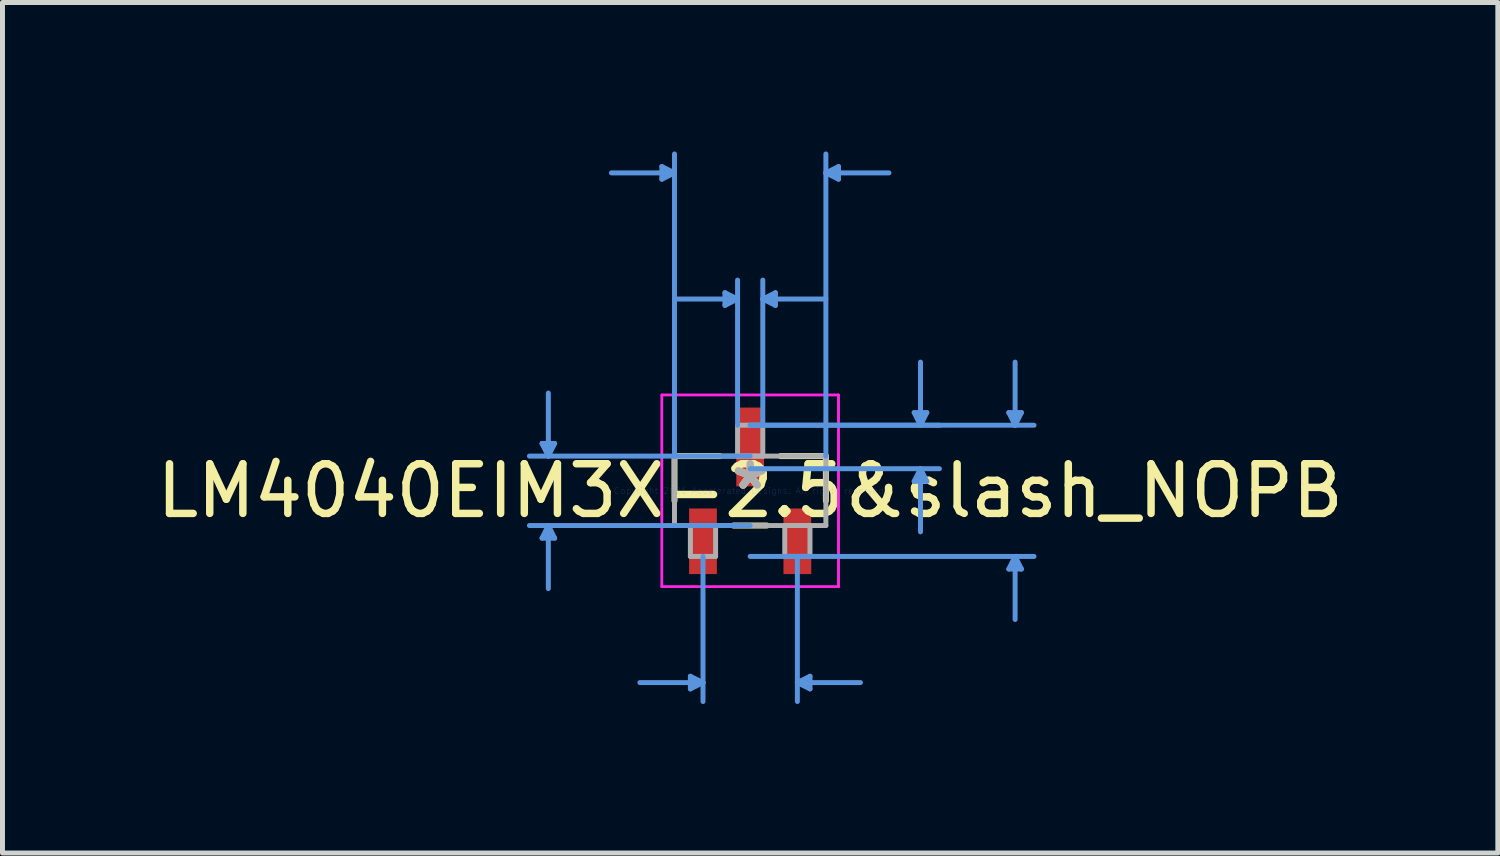
<source format=kicad_pcb>
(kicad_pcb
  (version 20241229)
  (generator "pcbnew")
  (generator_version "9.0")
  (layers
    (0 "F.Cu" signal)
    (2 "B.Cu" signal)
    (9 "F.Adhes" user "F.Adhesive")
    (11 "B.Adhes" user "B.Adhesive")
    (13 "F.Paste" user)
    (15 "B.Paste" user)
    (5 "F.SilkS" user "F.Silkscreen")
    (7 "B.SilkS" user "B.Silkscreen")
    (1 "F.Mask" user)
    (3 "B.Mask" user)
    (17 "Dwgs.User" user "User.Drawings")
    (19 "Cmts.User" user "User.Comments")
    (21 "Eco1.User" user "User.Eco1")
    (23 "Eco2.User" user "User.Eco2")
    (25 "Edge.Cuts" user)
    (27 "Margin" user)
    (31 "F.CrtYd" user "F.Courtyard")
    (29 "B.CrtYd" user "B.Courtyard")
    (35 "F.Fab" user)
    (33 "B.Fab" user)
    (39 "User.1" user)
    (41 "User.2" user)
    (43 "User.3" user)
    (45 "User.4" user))
  (footprint "LM4040EIM3X-2.5&slash_NOPB"
    (layer "F.Cu")
    (at 12.054 6.832)
    (property "Reference" "LM4040EIM3X-2.5&slash_NOPB" (at 0 0 0) (layer "F.SilkS") (effects (font (size 1 1) (thickness 0.15))))
    (attr through_hole)
    (fp_line (start -1.524 -0.699) (end -1.524 0.201) (stroke (width 0.12) (type solid)) (layer "F.SilkS"))
    (fp_line (start -0.612 -0.699) (end -1.524 -0.699) (stroke (width 0.12) (type solid)) (layer "F.SilkS"))
    (fp_line (start -0.338 0.699) (end 0.338 0.699) (stroke (width 0.12) (type solid)) (layer "F.SilkS"))
    (fp_line (start 1.524 -0.699) (end 0.612 -0.699) (stroke (width 0.12) (type solid)) (layer "F.SilkS"))
    (fp_line (start 1.524 0.201) (end 1.524 -0.699) (stroke (width 0.12) (type solid)) (layer "F.SilkS"))
    (fp_line (start -4.191 -0.953) (end -3.937 -0.953) (stroke (width 0.1) (type solid)) (layer "Cmts.User"))
    (fp_line (start -4.191 0.953) (end -3.937 0.953) (stroke (width 0.1) (type solid)) (layer "Cmts.User"))
    (fp_line (start -4.064 -0.699) (end -4.191 -0.953) (stroke (width 0.1) (type solid)) (layer "Cmts.User"))
    (fp_line (start -4.064 -0.699) (end -4.064 -1.968) (stroke (width 0.1) (type solid)) (layer "Cmts.User"))
    (fp_line (start -4.064 -0.699) (end -3.937 -0.953) (stroke (width 0.1) (type solid)) (layer "Cmts.User"))
    (fp_line (start -4.064 0.699) (end -4.191 0.953) (stroke (width 0.1) (type solid)) (layer "Cmts.User"))
    (fp_line (start -4.064 0.699) (end -4.064 1.968) (stroke (width 0.1) (type solid)) (layer "Cmts.User"))
    (fp_line (start -4.064 0.699) (end -3.937 0.953) (stroke (width 0.1) (type solid)) (layer "Cmts.User"))
    (fp_line (start -1.778 -6.528) (end -1.778 -6.274) (stroke (width 0.1) (type solid)) (layer "Cmts.User"))
    (fp_line (start -1.524 -6.401) (end -2.794 -6.401) (stroke (width 0.1) (type solid)) (layer "Cmts.User"))
    (fp_line (start -1.524 -6.401) (end -1.778 -6.528) (stroke (width 0.1) (type solid)) (layer "Cmts.User"))
    (fp_line (start -1.524 -6.401) (end -1.778 -6.274) (stroke (width 0.1) (type solid)) (layer "Cmts.User"))
    (fp_line (start -1.524 -0.699) (end -1.524 -6.782) (stroke (width 0.1) (type solid)) (layer "Cmts.User"))
    (fp_line (start -1.204 3.734) (end -1.204 3.988) (stroke (width 0.1) (type solid)) (layer "Cmts.User"))
    (fp_line (start -0.95 1.321) (end -0.95 4.242) (stroke (width 0.1) (type solid)) (layer "Cmts.User"))
    (fp_line (start -0.95 3.861) (end -2.22 3.861) (stroke (width 0.1) (type solid)) (layer "Cmts.User"))
    (fp_line (start -0.95 3.861) (end -1.204 3.734) (stroke (width 0.1) (type solid)) (layer "Cmts.User"))
    (fp_line (start -0.95 3.861) (end -1.204 3.988) (stroke (width 0.1) (type solid)) (layer "Cmts.User"))
    (fp_line (start -0.508 -3.988) (end -0.508 -3.734) (stroke (width 0.1) (type solid)) (layer "Cmts.User"))
    (fp_line (start -0.254 -3.861) (end -1.524 -3.861) (stroke (width 0.1) (type solid)) (layer "Cmts.User"))
    (fp_line (start -0.254 -3.861) (end -0.508 -3.988) (stroke (width 0.1) (type solid)) (layer "Cmts.User"))
    (fp_line (start -0.254 -3.861) (end -0.508 -3.734) (stroke (width 0.1) (type solid)) (layer "Cmts.User"))
    (fp_line (start -0.254 -1.321) (end -0.254 -4.242) (stroke (width 0.1) (type solid)) (layer "Cmts.User"))
    (fp_line (start 0 -1.321) (end 3.81 -1.321) (stroke (width 0.1) (type solid)) (layer "Cmts.User"))
    (fp_line (start 0 -1.321) (end 5.715 -1.321) (stroke (width 0.1) (type solid)) (layer "Cmts.User"))
    (fp_line (start 0 -0.699) (end -4.445 -0.699) (stroke (width 0.1) (type solid)) (layer "Cmts.User"))
    (fp_line (start 0 -0.445) (end 3.81 -0.445) (stroke (width 0.1) (type solid)) (layer "Cmts.User"))
    (fp_line (start 0 0.699) (end -4.445 0.699) (stroke (width 0.1) (type solid)) (layer "Cmts.User"))
    (fp_line (start 0 1.321) (end 5.715 1.321) (stroke (width 0.1) (type solid)) (layer "Cmts.User"))
    (fp_line (start 0.254 -3.861) (end 0.508 -3.988) (stroke (width 0.1) (type solid)) (layer "Cmts.User"))
    (fp_line (start 0.254 -3.861) (end 0.508 -3.734) (stroke (width 0.1) (type solid)) (layer "Cmts.User"))
    (fp_line (start 0.254 -3.861) (end 1.524 -3.861) (stroke (width 0.1) (type solid)) (layer "Cmts.User"))
    (fp_line (start 0.254 -1.321) (end 0.254 -4.242) (stroke (width 0.1) (type solid)) (layer "Cmts.User"))
    (fp_line (start 0.508 -3.988) (end 0.508 -3.734) (stroke (width 0.1) (type solid)) (layer "Cmts.User"))
    (fp_line (start 0.95 1.321) (end 0.95 4.242) (stroke (width 0.1) (type solid)) (layer "Cmts.User"))
    (fp_line (start 0.95 3.861) (end 1.204 3.734) (stroke (width 0.1) (type solid)) (layer "Cmts.User"))
    (fp_line (start 0.95 3.861) (end 1.204 3.988) (stroke (width 0.1) (type solid)) (layer "Cmts.User"))
    (fp_line (start 0.95 3.861) (end 2.22 3.861) (stroke (width 0.1) (type solid)) (layer "Cmts.User"))
    (fp_line (start 1.204 3.734) (end 1.204 3.988) (stroke (width 0.1) (type solid)) (layer "Cmts.User"))
    (fp_line (start 1.524 -6.401) (end 1.778 -6.528) (stroke (width 0.1) (type solid)) (layer "Cmts.User"))
    (fp_line (start 1.524 -6.401) (end 1.778 -6.274) (stroke (width 0.1) (type solid)) (layer "Cmts.User"))
    (fp_line (start 1.524 -6.401) (end 2.794 -6.401) (stroke (width 0.1) (type solid)) (layer "Cmts.User"))
    (fp_line (start 1.524 -0.699) (end 1.524 -6.782) (stroke (width 0.1) (type solid)) (layer "Cmts.User"))
    (fp_line (start 1.778 -6.528) (end 1.778 -6.274) (stroke (width 0.1) (type solid)) (layer "Cmts.User"))
    (fp_line (start 3.302 -1.575) (end 3.556 -1.575) (stroke (width 0.1) (type solid)) (layer "Cmts.User"))
    (fp_line (start 3.302 -0.191) (end 3.556 -0.191) (stroke (width 0.1) (type solid)) (layer "Cmts.User"))
    (fp_line (start 3.429 -1.321) (end 3.302 -1.575) (stroke (width 0.1) (type solid)) (layer "Cmts.User"))
    (fp_line (start 3.429 -1.321) (end 3.429 -2.591) (stroke (width 0.1) (type solid)) (layer "Cmts.User"))
    (fp_line (start 3.429 -1.321) (end 3.556 -1.575) (stroke (width 0.1) (type solid)) (layer "Cmts.User"))
    (fp_line (start 3.429 -0.445) (end 3.302 -0.191) (stroke (width 0.1) (type solid)) (layer "Cmts.User"))
    (fp_line (start 3.429 -0.445) (end 3.429 0.826) (stroke (width 0.1) (type solid)) (layer "Cmts.User"))
    (fp_line (start 3.429 -0.445) (end 3.556 -0.191) (stroke (width 0.1) (type solid)) (layer "Cmts.User"))
    (fp_line (start 5.207 -1.575) (end 5.461 -1.575) (stroke (width 0.1) (type solid)) (layer "Cmts.User"))
    (fp_line (start 5.207 1.575) (end 5.461 1.575) (stroke (width 0.1) (type solid)) (layer "Cmts.User"))
    (fp_line (start 5.334 -1.321) (end 5.207 -1.575) (stroke (width 0.1) (type solid)) (layer "Cmts.User"))
    (fp_line (start 5.334 -1.321) (end 5.334 -2.591) (stroke (width 0.1) (type solid)) (layer "Cmts.User"))
    (fp_line (start 5.334 -1.321) (end 5.461 -1.575) (stroke (width 0.1) (type solid)) (layer "Cmts.User"))
    (fp_line (start 5.334 1.321) (end 5.207 1.575) (stroke (width 0.1) (type solid)) (layer "Cmts.User"))
    (fp_line (start 5.334 1.321) (end 5.334 2.591) (stroke (width 0.1) (type solid)) (layer "Cmts.User"))
    (fp_line (start 5.334 1.321) (end 5.461 1.575) (stroke (width 0.1) (type solid)) (layer "Cmts.User"))
    (fp_line (start -1.778 -1.93) (end 1.778 -1.93) (stroke (width 0.05) (type solid)) (layer "F.CrtYd"))
    (fp_line (start -1.778 -1.93) (end 1.778 -1.93) (stroke (width 0.05) (type solid)) (layer "F.CrtYd"))
    (fp_line (start -1.778 1.93) (end -1.778 -1.93) (stroke (width 0.05) (type solid)) (layer "F.CrtYd"))
    (fp_line (start -1.778 1.93) (end -1.778 -1.93) (stroke (width 0.05) (type solid)) (layer "F.CrtYd"))
    (fp_line (start 1.778 -1.93) (end 1.778 1.93) (stroke (width 0.05) (type solid)) (layer "F.CrtYd"))
    (fp_line (start 1.778 -1.93) (end 1.778 1.93) (stroke (width 0.05) (type solid)) (layer "F.CrtYd"))
    (fp_line (start 1.778 1.93) (end -1.778 1.93) (stroke (width 0.05) (type solid)) (layer "F.CrtYd"))
    (fp_line (start 1.778 1.93) (end -1.778 1.93) (stroke (width 0.05) (type solid)) (layer "F.CrtYd"))
    (fp_line (start -1.524 -0.699) (end -1.524 0.699) (stroke (width 0.1) (type solid)) (layer "F.Fab"))
    (fp_line (start -1.524 0.699) (end 1.524 0.699) (stroke (width 0.1) (type solid)) (layer "F.Fab"))
    (fp_line (start -1.204 0.699) (end -1.204 1.321) (stroke (width 0.1) (type solid)) (layer "F.Fab"))
    (fp_line (start -1.204 1.321) (end -0.696 1.321) (stroke (width 0.1) (type solid)) (layer "F.Fab"))
    (fp_line (start -0.696 0.699) (end -1.204 0.699) (stroke (width 0.1) (type solid)) (layer "F.Fab"))
    (fp_line (start -0.696 1.321) (end -0.696 0.699) (stroke (width 0.1) (type solid)) (layer "F.Fab"))
    (fp_line (start -0.254 -1.321) (end -0.254 -0.699) (stroke (width 0.1) (type solid)) (layer "F.Fab"))
    (fp_line (start -0.254 -0.699) (end 0.254 -0.699) (stroke (width 0.1) (type solid)) (layer "F.Fab"))
    (fp_line (start 0.254 -1.321) (end -0.254 -1.321) (stroke (width 0.1) (type solid)) (layer "F.Fab"))
    (fp_line (start 0.254 -0.699) (end 0.254 -1.321) (stroke (width 0.1) (type solid)) (layer "F.Fab"))
    (fp_line (start 0.696 0.699) (end 0.696 1.321) (stroke (width 0.1) (type solid)) (layer "F.Fab"))
    (fp_line (start 0.696 1.321) (end 1.204 1.321) (stroke (width 0.1) (type solid)) (layer "F.Fab"))
    (fp_line (start 1.204 0.699) (end 0.696 0.699) (stroke (width 0.1) (type solid)) (layer "F.Fab"))
    (fp_line (start 1.204 1.321) (end 1.204 0.699) (stroke (width 0.1) (type solid)) (layer "F.Fab"))
    (fp_line (start 1.524 -0.699) (end -1.524 -0.699) (stroke (width 0.1) (type solid)) (layer "F.Fab"))
    (fp_line (start 1.524 0.699) (end 1.524 -0.699) (stroke (width 0.1) (type solid)) (layer "F.Fab"))
    (fp_text user "*" (at 0 0 0) (layer "F.SilkS") (effects (font (size 1 1) (thickness 0.15))))
    (fp_text user "Copyright 2021 Accelerated Designs. All rights reserved." (at 0 0 0) (layer "Cmts.User") (effects (font (size 0.127 0.127) (thickness 0.002))))
    (fp_text user "*" (at 0 0 0) (layer "F.Fab") (effects (font (size 1 1) (thickness 0.15))))
    (pad "1" smd rect (at -0.95 1.016) (size 0.559 1.321) (layers "F.Cu" "F.Mask" "F.Paste"))
    (pad "2" smd rect (at 0.95 1.016) (size 0.559 1.321) (layers "F.Cu" "F.Mask" "F.Paste"))
    (pad "3" smd rect (at 0 -0.883) (size 0.559 1.587) (layers "F.Cu" "F.Mask" "F.Paste")))
  (gr_rect
    (start -3 -3)
    (end 27.107 14.124)
    (stroke (width 0.1) (type default))
    (fill no)
    (layer "Edge.Cuts")))
</source>
